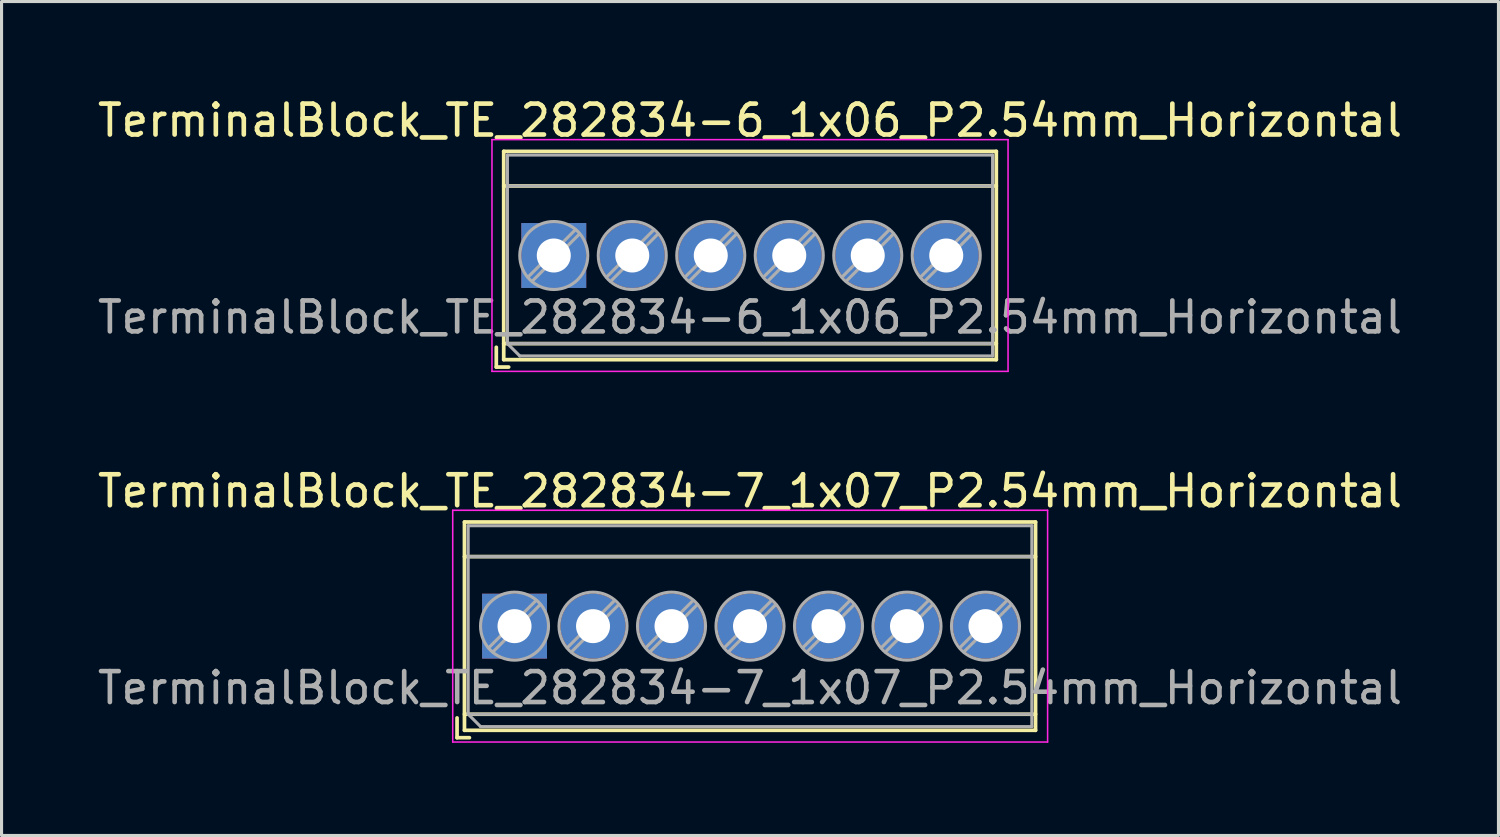
<source format=kicad_pcb>
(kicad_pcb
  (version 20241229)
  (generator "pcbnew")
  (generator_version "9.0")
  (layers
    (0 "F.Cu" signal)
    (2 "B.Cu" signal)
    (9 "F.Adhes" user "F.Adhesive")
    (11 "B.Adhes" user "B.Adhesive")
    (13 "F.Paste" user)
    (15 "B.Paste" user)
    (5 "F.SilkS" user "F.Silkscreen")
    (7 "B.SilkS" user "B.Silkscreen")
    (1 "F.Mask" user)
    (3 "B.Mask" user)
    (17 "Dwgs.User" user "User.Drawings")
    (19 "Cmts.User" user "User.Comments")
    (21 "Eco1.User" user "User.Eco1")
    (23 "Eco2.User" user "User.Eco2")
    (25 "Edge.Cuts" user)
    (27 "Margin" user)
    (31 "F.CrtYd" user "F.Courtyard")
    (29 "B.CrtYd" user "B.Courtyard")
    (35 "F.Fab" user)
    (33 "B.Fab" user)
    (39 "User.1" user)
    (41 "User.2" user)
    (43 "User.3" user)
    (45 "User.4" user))
  (footprint "TerminalBlock_TE_282834-7_1x07_P2.54mm_Horizontal"
    (layer "F.Cu")
    (at 13.6 17.212)
    (property "Reference" "TerminalBlock_TE_282834-7_1x07_P2.54mm_Horizontal" (at 7.62 -4.37 0) (layer "F.SilkS") (effects (font (size 1 1) (thickness 0.15))))
    (attr through_hole)
    (fp_line (start -1.86 2.97) (end -1.86 3.61) (stroke (width 0.12) (type solid)) (layer "F.SilkS"))
    (fp_line (start -1.86 3.61) (end -1.46 3.61) (stroke (width 0.12) (type solid)) (layer "F.SilkS"))
    (fp_line (start -1.62 -3.37) (end -1.62 3.37) (stroke (width 0.12) (type solid)) (layer "F.SilkS"))
    (fp_line (start -1.62 -3.37) (end 16.86 -3.37) (stroke (width 0.12) (type solid)) (layer "F.SilkS"))
    (fp_line (start -1.62 -2.25) (end 16.86 -2.25) (stroke (width 0.12) (type solid)) (layer "F.SilkS"))
    (fp_line (start -1.62 2.85) (end 16.86 2.85) (stroke (width 0.12) (type solid)) (layer "F.SilkS"))
    (fp_line (start -1.62 3.37) (end 16.86 3.37) (stroke (width 0.12) (type solid)) (layer "F.SilkS"))
    (fp_line (start 16.86 -3.37) (end 16.86 3.37) (stroke (width 0.12) (type solid)) (layer "F.SilkS"))
    (fp_line (start -2 -3.75) (end -2 3.75) (stroke (width 0.05) (type solid)) (layer "F.CrtYd"))
    (fp_line (start -2 3.75) (end 17.25 3.75) (stroke (width 0.05) (type solid)) (layer "F.CrtYd"))
    (fp_line (start 17.25 -3.75) (end -2 -3.75) (stroke (width 0.05) (type solid)) (layer "F.CrtYd"))
    (fp_line (start 17.25 3.75) (end 17.25 -3.75) (stroke (width 0.05) (type solid)) (layer "F.CrtYd"))
    (fp_line (start -1.5 -3.25) (end 16.74 -3.25) (stroke (width 0.1) (type solid)) (layer "F.Fab"))
    (fp_line (start -1.5 -2.25) (end 16.74 -2.25) (stroke (width 0.1) (type solid)) (layer "F.Fab"))
    (fp_line (start -1.5 2.85) (end -1.5 -3.25) (stroke (width 0.1) (type solid)) (layer "F.Fab"))
    (fp_line (start -1.5 2.85) (end 16.74 2.85) (stroke (width 0.1) (type solid)) (layer "F.Fab"))
    (fp_line (start -1.1 3.25) (end -1.5 2.85) (stroke (width 0.1) (type solid)) (layer "F.Fab"))
    (fp_line (start 0.701 -0.835) (end -0.835 0.7) (stroke (width 0.1) (type solid)) (layer "F.Fab"))
    (fp_line (start 0.835 -0.7) (end -0.701 0.835) (stroke (width 0.1) (type solid)) (layer "F.Fab"))
    (fp_line (start 3.241 -0.835) (end 1.706 0.7) (stroke (width 0.1) (type solid)) (layer "F.Fab"))
    (fp_line (start 3.375 -0.7) (end 1.84 0.835) (stroke (width 0.1) (type solid)) (layer "F.Fab"))
    (fp_line (start 5.781 -0.835) (end 4.246 0.7) (stroke (width 0.1) (type solid)) (layer "F.Fab"))
    (fp_line (start 5.915 -0.7) (end 4.38 0.835) (stroke (width 0.1) (type solid)) (layer "F.Fab"))
    (fp_line (start 8.321 -0.835) (end 6.786 0.7) (stroke (width 0.1) (type solid)) (layer "F.Fab"))
    (fp_line (start 8.455 -0.7) (end 6.92 0.835) (stroke (width 0.1) (type solid)) (layer "F.Fab"))
    (fp_line (start 10.861 -0.835) (end 9.326 0.7) (stroke (width 0.1) (type solid)) (layer "F.Fab"))
    (fp_line (start 10.995 -0.7) (end 9.46 0.835) (stroke (width 0.1) (type solid)) (layer "F.Fab"))
    (fp_line (start 13.401 -0.835) (end 11.866 0.7) (stroke (width 0.1) (type solid)) (layer "F.Fab"))
    (fp_line (start 13.535 -0.7) (end 12 0.835) (stroke (width 0.1) (type solid)) (layer "F.Fab"))
    (fp_line (start 15.941 -0.835) (end 14.406 0.7) (stroke (width 0.1) (type solid)) (layer "F.Fab"))
    (fp_line (start 16.075 -0.7) (end 14.54 0.835) (stroke (width 0.1) (type solid)) (layer "F.Fab"))
    (fp_line (start 16.74 -3.25) (end 16.74 3.25) (stroke (width 0.1) (type solid)) (layer "F.Fab"))
    (fp_line (start 16.74 3.25) (end -1.1 3.25) (stroke (width 0.1) (type solid)) (layer "F.Fab"))
    (fp_circle (center 0 0) (end 1.1 0) (stroke (width 0.1) (type solid)) (fill no) (layer "F.Fab"))
    (fp_circle (center 2.54 0) (end 3.64 0) (stroke (width 0.1) (type solid)) (fill no) (layer "F.Fab"))
    (fp_circle (center 5.08 0) (end 6.18 0) (stroke (width 0.1) (type solid)) (fill no) (layer "F.Fab"))
    (fp_circle (center 7.62 0) (end 8.72 0) (stroke (width 0.1) (type solid)) (fill no) (layer "F.Fab"))
    (fp_circle (center 10.16 0) (end 11.26 0) (stroke (width 0.1) (type solid)) (fill no) (layer "F.Fab"))
    (fp_circle (center 12.7 0) (end 13.8 0) (stroke (width 0.1) (type solid)) (fill no) (layer "F.Fab"))
    (fp_circle (center 15.24 0) (end 16.34 0) (stroke (width 0.1) (type solid)) (fill no) (layer "F.Fab"))
    (fp_text user "${REFERENCE}" (at 7.62 2 0) (layer "F.Fab") (effects (font (size 1 1) (thickness 0.15))))
    (pad "1" thru_hole rect (at 0 0) (size 2.1 2.1) (drill 1.1) (layers "*.Cu" "*.Mask"))
    (pad "2" thru_hole circle (at 2.54 0) (size 2.1 2.1) (drill 1.1) (layers "*.Cu" "*.Mask"))
    (pad "3" thru_hole circle (at 5.08 0) (size 2.1 2.1) (drill 1.1) (layers "*.Cu" "*.Mask"))
    (pad "4" thru_hole circle (at 7.62 0) (size 2.1 2.1) (drill 1.1) (layers "*.Cu" "*.Mask"))
    (pad "5" thru_hole circle (at 10.16 0) (size 2.1 2.1) (drill 1.1) (layers "*.Cu" "*.Mask"))
    (pad "6" thru_hole circle (at 12.7 0) (size 2.1 2.1) (drill 1.1) (layers "*.Cu" "*.Mask"))
    (pad "7" thru_hole circle (at 15.24 0) (size 2.1 2.1) (drill 1.1) (layers "*.Cu" "*.Mask")))
  (footprint "TerminalBlock_TE_282834-6_1x06_P2.54mm_Horizontal"
    (layer "F.Cu")
    (at 14.87 5.218)
    (property "Reference" "TerminalBlock_TE_282834-6_1x06_P2.54mm_Horizontal" (at 6.35 -4.37 0) (layer "F.SilkS") (effects (font (size 1 1) (thickness 0.15))))
    (attr through_hole)
    (fp_line (start -1.86 2.97) (end -1.86 3.61) (stroke (width 0.12) (type solid)) (layer "F.SilkS"))
    (fp_line (start -1.86 3.61) (end -1.46 3.61) (stroke (width 0.12) (type solid)) (layer "F.SilkS"))
    (fp_line (start -1.62 -3.37) (end -1.62 3.37) (stroke (width 0.12) (type solid)) (layer "F.SilkS"))
    (fp_line (start -1.62 -3.37) (end 14.32 -3.37) (stroke (width 0.12) (type solid)) (layer "F.SilkS"))
    (fp_line (start -1.62 -2.25) (end 14.32 -2.25) (stroke (width 0.12) (type solid)) (layer "F.SilkS"))
    (fp_line (start -1.62 2.85) (end 14.32 2.85) (stroke (width 0.12) (type solid)) (layer "F.SilkS"))
    (fp_line (start -1.62 3.37) (end 14.32 3.37) (stroke (width 0.12) (type solid)) (layer "F.SilkS"))
    (fp_line (start 14.32 -3.37) (end 14.32 3.37) (stroke (width 0.12) (type solid)) (layer "F.SilkS"))
    (fp_line (start -2 -3.75) (end -2 3.75) (stroke (width 0.05) (type solid)) (layer "F.CrtYd"))
    (fp_line (start -2 3.75) (end 14.7 3.75) (stroke (width 0.05) (type solid)) (layer "F.CrtYd"))
    (fp_line (start 14.7 -3.75) (end -2 -3.75) (stroke (width 0.05) (type solid)) (layer "F.CrtYd"))
    (fp_line (start 14.7 3.75) (end 14.7 -3.75) (stroke (width 0.05) (type solid)) (layer "F.CrtYd"))
    (fp_line (start -1.5 -3.25) (end 14.2 -3.25) (stroke (width 0.1) (type solid)) (layer "F.Fab"))
    (fp_line (start -1.5 -2.25) (end 14.2 -2.25) (stroke (width 0.1) (type solid)) (layer "F.Fab"))
    (fp_line (start -1.5 2.85) (end -1.5 -3.25) (stroke (width 0.1) (type solid)) (layer "F.Fab"))
    (fp_line (start -1.5 2.85) (end 14.2 2.85) (stroke (width 0.1) (type solid)) (layer "F.Fab"))
    (fp_line (start -1.1 3.25) (end -1.5 2.85) (stroke (width 0.1) (type solid)) (layer "F.Fab"))
    (fp_line (start 0.701 -0.835) (end -0.835 0.7) (stroke (width 0.1) (type solid)) (layer "F.Fab"))
    (fp_line (start 0.835 -0.7) (end -0.701 0.835) (stroke (width 0.1) (type solid)) (layer "F.Fab"))
    (fp_line (start 3.241 -0.835) (end 1.706 0.7) (stroke (width 0.1) (type solid)) (layer "F.Fab"))
    (fp_line (start 3.375 -0.7) (end 1.84 0.835) (stroke (width 0.1) (type solid)) (layer "F.Fab"))
    (fp_line (start 5.781 -0.835) (end 4.246 0.7) (stroke (width 0.1) (type solid)) (layer "F.Fab"))
    (fp_line (start 5.915 -0.7) (end 4.38 0.835) (stroke (width 0.1) (type solid)) (layer "F.Fab"))
    (fp_line (start 8.321 -0.835) (end 6.786 0.7) (stroke (width 0.1) (type solid)) (layer "F.Fab"))
    (fp_line (start 8.455 -0.7) (end 6.92 0.835) (stroke (width 0.1) (type solid)) (layer "F.Fab"))
    (fp_line (start 10.861 -0.835) (end 9.326 0.7) (stroke (width 0.1) (type solid)) (layer "F.Fab"))
    (fp_line (start 10.995 -0.7) (end 9.46 0.835) (stroke (width 0.1) (type solid)) (layer "F.Fab"))
    (fp_line (start 13.401 -0.835) (end 11.866 0.7) (stroke (width 0.1) (type solid)) (layer "F.Fab"))
    (fp_line (start 13.535 -0.7) (end 12 0.835) (stroke (width 0.1) (type solid)) (layer "F.Fab"))
    (fp_line (start 14.2 -3.25) (end 14.2 3.25) (stroke (width 0.1) (type solid)) (layer "F.Fab"))
    (fp_line (start 14.2 3.25) (end -1.1 3.25) (stroke (width 0.1) (type solid)) (layer "F.Fab"))
    (fp_circle (center 0 0) (end 1.1 0) (stroke (width 0.1) (type solid)) (fill no) (layer "F.Fab"))
    (fp_circle (center 2.54 0) (end 3.64 0) (stroke (width 0.1) (type solid)) (fill no) (layer "F.Fab"))
    (fp_circle (center 5.08 0) (end 6.18 0) (stroke (width 0.1) (type solid)) (fill no) (layer "F.Fab"))
    (fp_circle (center 7.62 0) (end 8.72 0) (stroke (width 0.1) (type solid)) (fill no) (layer "F.Fab"))
    (fp_circle (center 10.16 0) (end 11.26 0) (stroke (width 0.1) (type solid)) (fill no) (layer "F.Fab"))
    (fp_circle (center 12.7 0) (end 13.8 0) (stroke (width 0.1) (type solid)) (fill no) (layer "F.Fab"))
    (fp_text user "${REFERENCE}" (at 6.35 2 0) (layer "F.Fab") (effects (font (size 1 1) (thickness 0.15))))
    (pad "1" thru_hole rect (at 0 0) (size 2.1 2.1) (drill 1.1) (layers "*.Cu" "*.Mask"))
    (pad "2" thru_hole circle (at 2.54 0) (size 2.1 2.1) (drill 1.1) (layers "*.Cu" "*.Mask"))
    (pad "3" thru_hole circle (at 5.08 0) (size 2.1 2.1) (drill 1.1) (layers "*.Cu" "*.Mask"))
    (pad "4" thru_hole circle (at 7.62 0) (size 2.1 2.1) (drill 1.1) (layers "*.Cu" "*.Mask"))
    (pad "5" thru_hole circle (at 10.16 0) (size 2.1 2.1) (drill 1.1) (layers "*.Cu" "*.Mask"))
    (pad "6" thru_hole circle (at 12.7 0) (size 2.1 2.1) (drill 1.1) (layers "*.Cu" "*.Mask")))
  (gr_rect
    (start -3 -3)
    (end 45.44 23.986)
    (stroke (width 0.1) (type default))
    (fill no)
    (layer "Edge.Cuts")))
</source>
